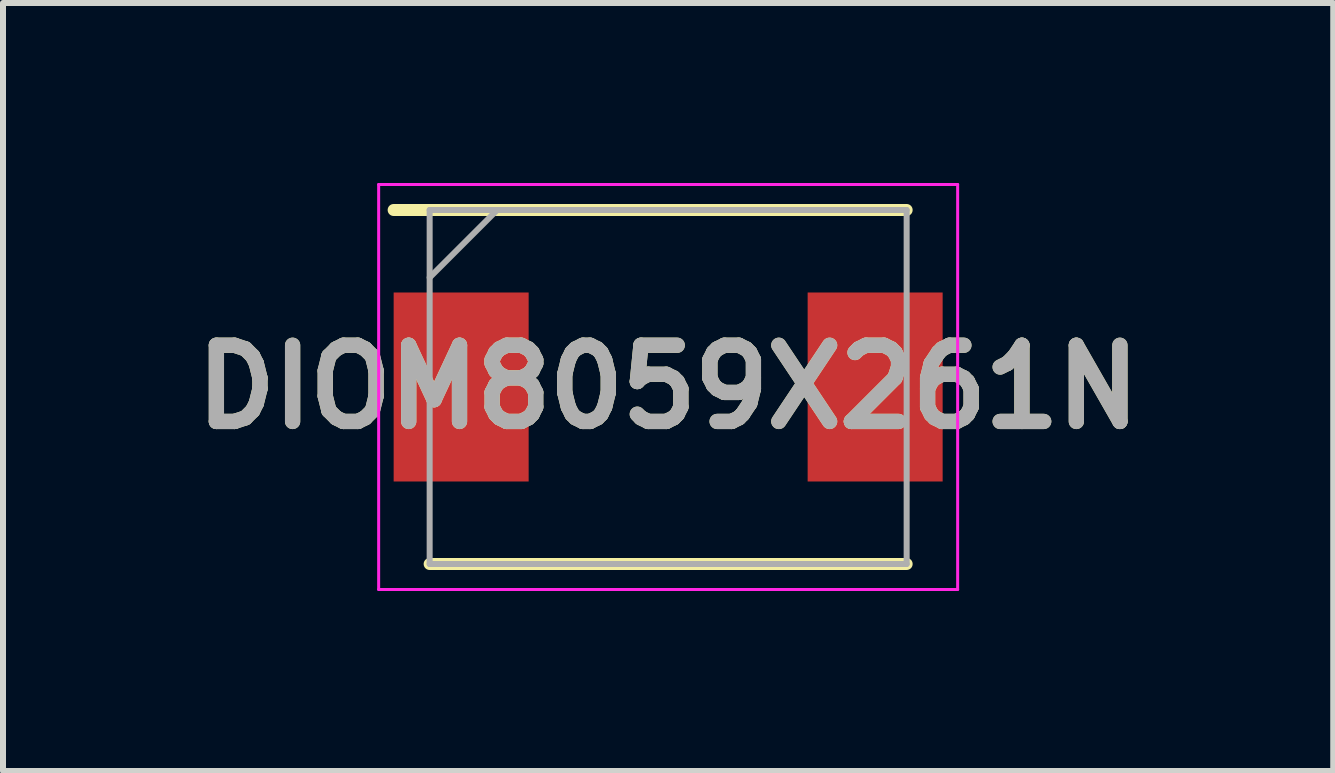
<source format=kicad_pcb>
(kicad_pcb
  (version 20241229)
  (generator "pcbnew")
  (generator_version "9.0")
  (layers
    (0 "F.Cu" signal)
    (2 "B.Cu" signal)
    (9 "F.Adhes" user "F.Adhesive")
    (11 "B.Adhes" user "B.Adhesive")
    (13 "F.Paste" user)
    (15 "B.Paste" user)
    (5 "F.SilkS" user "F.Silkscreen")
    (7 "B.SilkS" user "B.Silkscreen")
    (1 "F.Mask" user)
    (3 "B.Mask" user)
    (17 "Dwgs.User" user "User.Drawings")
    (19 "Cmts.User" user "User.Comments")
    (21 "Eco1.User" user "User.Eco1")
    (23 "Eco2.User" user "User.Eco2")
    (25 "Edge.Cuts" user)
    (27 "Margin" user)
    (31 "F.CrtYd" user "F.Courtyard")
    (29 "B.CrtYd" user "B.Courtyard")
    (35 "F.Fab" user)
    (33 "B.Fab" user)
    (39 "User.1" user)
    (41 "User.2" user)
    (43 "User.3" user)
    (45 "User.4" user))
  (footprint "DIOM8059X261N"
    (layer "F.Cu")
    (at 8.086 3.4)
    (property "Reference" "DIOM8059X261N" (at 0 0 0) (layer "F.SilkS") (effects (font (size 1.27 1.27) (thickness 0.254))))
    (attr smd)
    (fp_line (start -3.975 2.95) (end 3.975 2.95) (stroke (width 0.2) (type solid)) (layer "F.SilkS"))
    (fp_line (start 3.975 -2.95) (end -4.575 -2.95) (stroke (width 0.2) (type solid)) (layer "F.SilkS"))
    (fp_line (start -4.825 -3.375) (end 4.825 -3.375) (stroke (width 0.05) (type solid)) (layer "F.CrtYd"))
    (fp_line (start -4.825 3.375) (end -4.825 -3.375) (stroke (width 0.05) (type solid)) (layer "F.CrtYd"))
    (fp_line (start 4.825 -3.375) (end 4.825 3.375) (stroke (width 0.05) (type solid)) (layer "F.CrtYd"))
    (fp_line (start 4.825 3.375) (end -4.825 3.375) (stroke (width 0.05) (type solid)) (layer "F.CrtYd"))
    (fp_line (start -3.975 -2.95) (end 3.975 -2.95) (stroke (width 0.1) (type solid)) (layer "F.Fab"))
    (fp_line (start -3.975 -1.825) (end -2.85 -2.95) (stroke (width 0.1) (type solid)) (layer "F.Fab"))
    (fp_line (start -3.975 2.95) (end -3.975 -2.95) (stroke (width 0.1) (type solid)) (layer "F.Fab"))
    (fp_line (start 3.975 -2.95) (end 3.975 2.95) (stroke (width 0.1) (type solid)) (layer "F.Fab"))
    (fp_line (start 3.975 2.95) (end -3.975 2.95) (stroke (width 0.1) (type solid)) (layer "F.Fab"))
    (fp_text user "${REFERENCE}" (at 0 0 0) (layer "F.Fab") (effects (font (size 1.27 1.27) (thickness 0.254))))
    (pad "1" smd rect (at -3.45 0) (size 2.25 3.15) (layers "F.Cu" "F.Mask" "F.Paste"))
    (pad "2" smd rect (at 3.45 0) (size 2.25 3.15) (layers "F.Cu" "F.Mask" "F.Paste")))
  (gr_rect
    (start -3 -3)
    (end 19.171 9.8)
    (stroke (width 0.1) (type default))
    (fill no)
    (layer "Edge.Cuts")))
</source>
